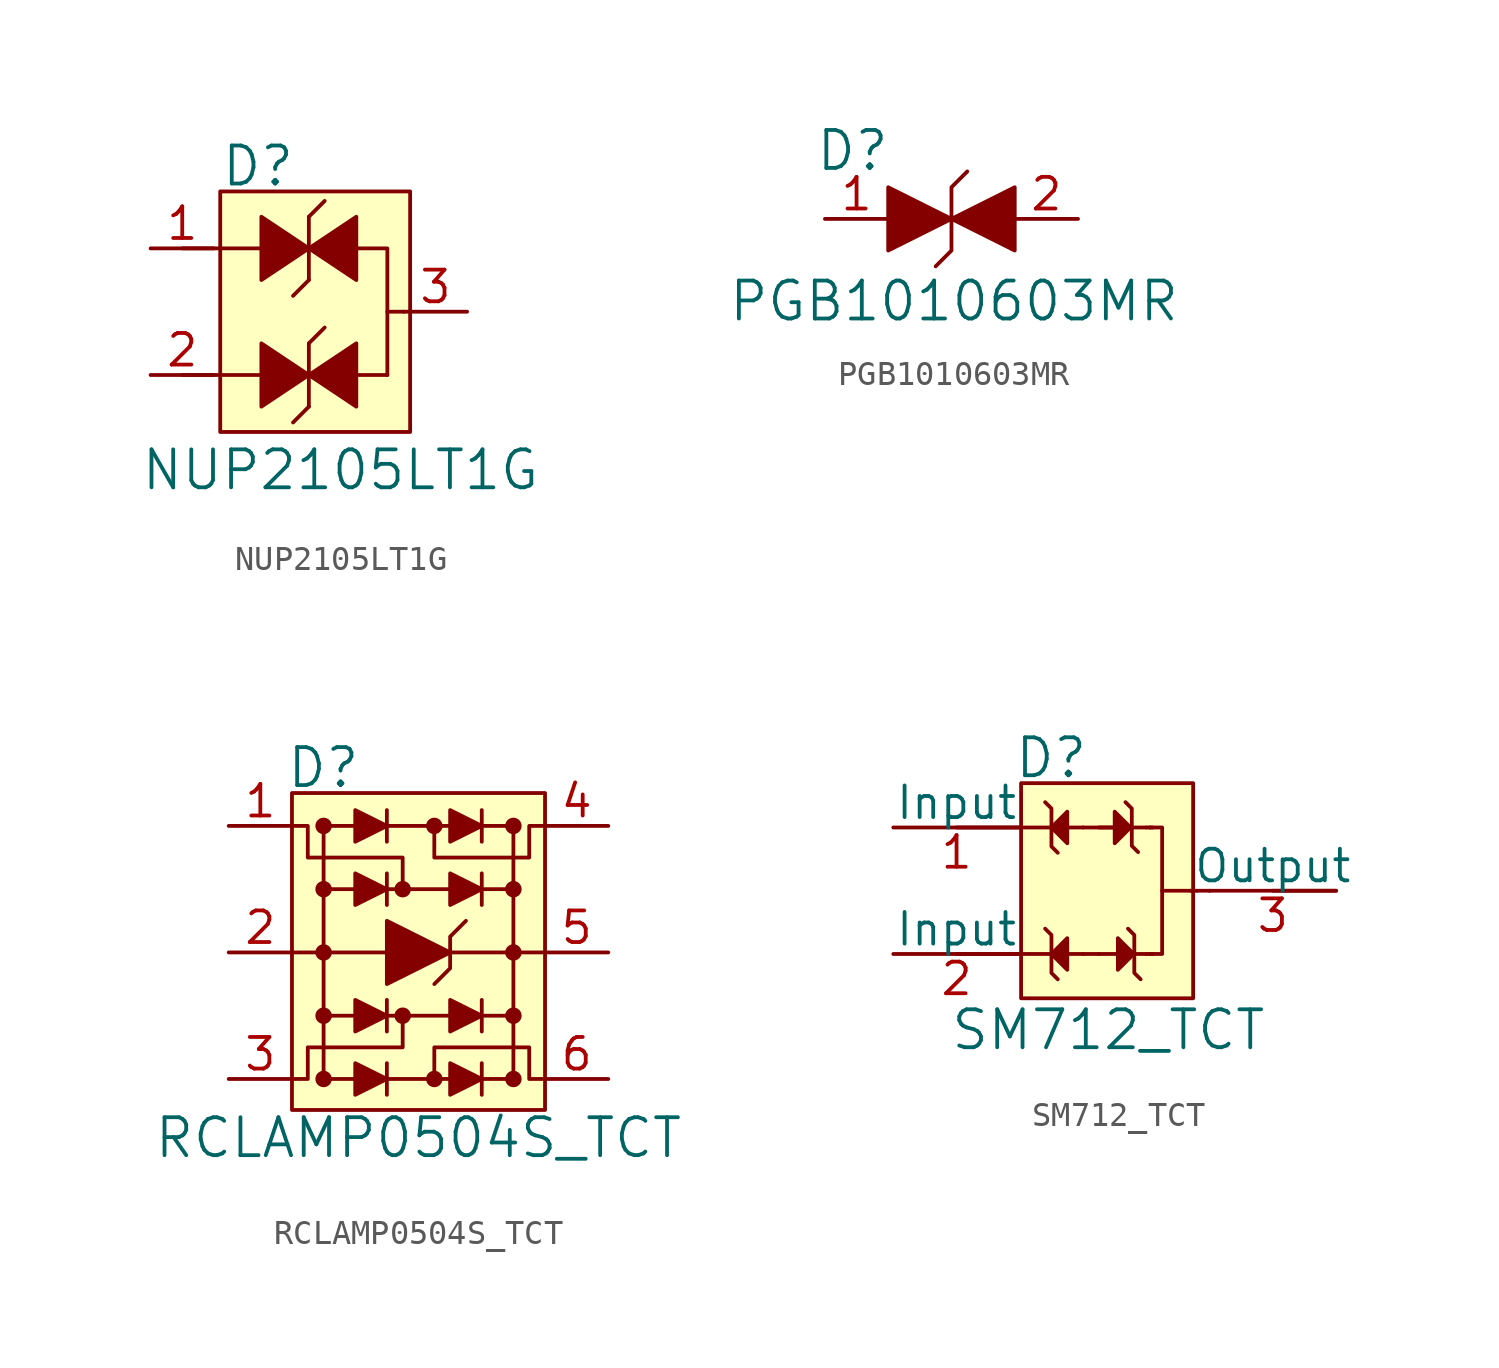
<source format=kicad_sym>
(kicad_symbol_lib
  (version 20201005)
  (generator kicad_symbol_editor)
  (symbol "NUP2105LT1G"
    (pin_names
      (offset 1.016))
    (property "Reference" "D"
      (at -4.826 5.842 0)
      (effects (font (size 1.524 1.524)) (justify left)))
    (property "Value" "NUP2105LT1G"
      (at 0 -6.35 0)
      (effects (font (size 1.524 1.524))))
    (symbol "NUP2105LT1G_0_1"
      (polyline (pts (xy -6.35 -2.54) (xy -3.175 -2.54)) (stroke (width 0)) (fill (type none)))
      (polyline (pts (xy -3.175 2.54) (xy -6.35 2.54)) (stroke (width 0)) (fill (type none)))
      (polyline (pts (xy -1.27 -3.81) (xy -1.905 -4.445)) (stroke (width 0)) (fill (type none)))
      (polyline (pts (xy -1.27 -1.27) (xy -1.27 -3.81)) (stroke (width 0)) (fill (type none)))
      (polyline (pts (xy -1.27 -1.27) (xy -0.635 -0.635)) (stroke (width 0)) (fill (type none)))
      (polyline (pts (xy -1.27 1.27) (xy -1.905 0.635)) (stroke (width 0)) (fill (type none)))
      (polyline (pts (xy -1.27 3.81) (xy -1.27 1.27)) (stroke (width 0)) (fill (type none)))
      (polyline (pts (xy -1.27 3.81) (xy -0.635 4.445)) (stroke (width 0)) (fill (type none)))
      (polyline (pts (xy -3.175 -1.27) (xy -3.175 -3.81) (xy -1.27 -2.54) (xy -3.175 -1.27)) (stroke (width 0)) (fill (type outline)))
      (polyline (pts (xy -3.175 3.81) (xy -3.175 1.27) (xy -1.27 2.54) (xy -3.175 3.81)) (stroke (width 0)) (fill (type outline)))
      (polyline (pts (xy 0.635 -1.27) (xy 0.635 -3.81) (xy -1.27 -2.54) (xy 0.635 -1.27)) (stroke (width 0)) (fill (type outline)))
      (polyline (pts (xy 0.635 3.81) (xy 0.635 1.27) (xy -1.27 2.54) (xy 0.635 3.81)) (stroke (width 0)) (fill (type outline))))
    (symbol "NUP2105LT1G_1_1"
      (rectangle (start -4.826 4.826) (end 2.794 -4.826) (stroke (width 0)) (fill (type background)))
      (polyline (pts (xy 1.88 -2.54) (xy 0.406 -2.54)) (stroke (width 0)) (fill (type none)))
      (polyline (pts (xy 2.54 0) (xy 1.88 0)) (stroke (width 0)) (fill (type none)))
      (polyline (pts (xy -1.27 2.54) (xy 1.88 2.54) (xy 1.88 -2.54)) (stroke (width 0)) (fill (type none)))
      (pin passive line (at -7.62 2.54 0) (length 2.54) (name "~" (effects (font (size 1.27 1.27)))) (number "1" (effects (font (size 1.27 1.27)))))
      (pin passive line (at -7.62 -2.54 0) (length 2.54) (name "~" (effects (font (size 1.27 1.27)))) (number "2" (effects (font (size 1.27 1.27)))))
      (pin passive line (at 5.08 0 180) (length 2.54) (name "~" (effects (font (size 1.27 1.27)))) (number "3" (effects (font (size 1.27 1.27)))))))
  (symbol "PGB1010603MR"
    (pin_names
      (offset 1.016))
    (property "Reference" "D"
      (at -5.486 2.743 0)
      (effects (font (size 1.524 1.524)) (justify left)))
    (property "Value" "PGB1010603MR"
      (at 0.102 -3.302 0)
      (effects (font (size 1.524 1.524))))
    (symbol "PGB1010603MR_0_1"
      (polyline (pts (xy 0 0) (xy 0 -1.27) (xy -0.635 -1.905)) (stroke (width 0)) (fill (type none)))
      (polyline (pts (xy 0 0) (xy 0 1.27) (xy 0.635 1.905)) (stroke (width 0)) (fill (type none)))
      (polyline (pts (xy -2.54 1.27) (xy -2.54 -1.27) (xy 0 0) (xy -2.54 1.27)) (stroke (width 0)) (fill (type outline)))
      (polyline (pts (xy 2.54 1.27) (xy 2.54 -1.27) (xy 0 0) (xy 2.54 1.27)) (stroke (width 0)) (fill (type outline))))
    (symbol "PGB1010603MR_1_1"
      (pin passive line (at -5.08 0 0) (length 2.54) (name "~" (effects (font (size 1.27 1.27)))) (number "1" (effects (font (size 1.27 1.27)))))
      (pin passive line (at 5.08 0 180) (length 2.54) (name "~" (effects (font (size 1.27 1.27)))) (number "2" (effects (font (size 1.27 1.27)))))))
  (symbol "RCLAMP0504S_TCT"
    (pin_names
      (offset 1.016))
    (property "Reference" "D"
      (at -5.334 7.417 0)
      (effects (font (size 1.524 1.524)) (justify left)))
    (property "Value" "RCLAMP0504S_TCT"
      (at 0 -7.442 0)
      (effects (font (size 1.524 1.524))))
    (symbol "RCLAMP0504S_TCT_0_1"
      (circle (center -3.81 -5.08) (radius 0.254) (stroke (width 0)) (fill (type outline)))
      (circle (center -3.81 -2.54) (radius 0.254) (stroke (width 0)) (fill (type outline)))
      (circle (center -3.81 0) (radius 0.254) (stroke (width 0)) (fill (type outline)))
      (circle (center -3.81 2.54) (radius 0.254) (stroke (width 0)) (fill (type outline)))
      (circle (center -3.81 5.08) (radius 0.254) (stroke (width 0)) (fill (type outline)))
      (circle (center -0.635 -2.54) (radius 0.254) (stroke (width 0)) (fill (type outline)))
      (circle (center -0.635 2.54) (radius 0.254) (stroke (width 0)) (fill (type outline)))
      (circle (center 0.635 -5.08) (radius 0.254) (stroke (width 0)) (fill (type outline)))
      (circle (center 0.635 5.08) (radius 0.254) (stroke (width 0)) (fill (type outline)))
      (circle (center 3.81 -5.08) (radius 0.254) (stroke (width 0)) (fill (type outline)))
      (circle (center 3.81 -2.54) (radius 0.254) (stroke (width 0)) (fill (type outline)))
      (circle (center 3.81 0) (radius 0.254) (stroke (width 0)) (fill (type outline)))
      (circle (center 3.81 2.54) (radius 0.254) (stroke (width 0)) (fill (type outline)))
      (circle (center 3.81 5.08) (radius 0.254) (stroke (width 0)) (fill (type outline)))
      (rectangle (start -5.08 6.401) (end 5.08 -6.325) (stroke (width 0)) (fill (type background)))
      (polyline (pts (xy -1.27 -5.08) (xy 1.27 -5.08)) (stroke (width 0)) (fill (type none)))
      (polyline (pts (xy -1.27 -4.445) (xy -1.27 -5.715)) (stroke (width 0)) (fill (type none)))
      (polyline (pts (xy -1.27 -2.54) (xy 1.27 -2.54)) (stroke (width 0)) (fill (type none)))
      (polyline (pts (xy -1.27 -1.905) (xy -1.27 -3.175)) (stroke (width 0)) (fill (type none)))
      (polyline (pts (xy -1.27 0) (xy -5.08 0)) (stroke (width 0)) (fill (type none)))
      (polyline (pts (xy -1.27 2.54) (xy 1.27 2.54)) (stroke (width 0)) (fill (type none)))
      (polyline (pts (xy -1.27 3.175) (xy -1.27 1.905)) (stroke (width 0)) (fill (type none)))
      (polyline (pts (xy -1.27 5.08) (xy 1.27 5.08)) (stroke (width 0)) (fill (type none)))
      (polyline (pts (xy -1.27 5.715) (xy -1.27 4.445)) (stroke (width 0)) (fill (type none)))
      (polyline (pts (xy 1.27 0) (xy 5.08 0)) (stroke (width 0)) (fill (type none)))
      (polyline (pts (xy 2.54 -4.445) (xy 2.54 -5.715)) (stroke (width 0)) (fill (type none)))
      (polyline (pts (xy 2.54 -1.905) (xy 2.54 -3.175)) (stroke (width 0)) (fill (type none)))
      (polyline (pts (xy 2.54 3.175) (xy 2.54 1.905)) (stroke (width 0)) (fill (type none)))
      (polyline (pts (xy 2.54 5.715) (xy 2.54 4.445)) (stroke (width 0)) (fill (type none)))
      (polyline (pts (xy -3.81 -2.54) (xy -3.81 -5.08) (xy -2.54 -5.08)) (stroke (width 0)) (fill (type none)))
      (polyline (pts (xy -3.81 2.54) (xy -3.81 -2.54) (xy -2.54 -2.54)) (stroke (width 0)) (fill (type none)))
      (polyline (pts (xy 3.81 -2.54) (xy 3.81 -5.08) (xy 2.54 -5.08)) (stroke (width 0)) (fill (type none)))
      (polyline (pts (xy 3.81 2.54) (xy 3.81 -2.54) (xy 2.54 -2.54)) (stroke (width 0)) (fill (type none)))
      (polyline (pts (xy -2.54 -4.445) (xy -2.54 -5.715) (xy -1.27 -5.08) (xy -2.54 -4.445)) (stroke (width 0)) (fill (type outline)))
      (polyline (pts (xy -2.54 -1.905) (xy -2.54 -3.175) (xy -1.27 -2.54) (xy -2.54 -1.905)) (stroke (width 0)) (fill (type outline)))
      (polyline (pts (xy -2.54 3.175) (xy -2.54 1.905) (xy -1.27 2.54) (xy -2.54 3.175)) (stroke (width 0)) (fill (type outline)))
      (polyline (pts (xy -2.54 5.08) (xy -3.81 5.08) (xy -3.81 2.54) (xy -2.54 2.54)) (stroke (width 0)) (fill (type none)))
      (polyline (pts (xy -2.54 5.715) (xy -2.54 4.445) (xy -1.27 5.08) (xy -2.54 5.715)) (stroke (width 0)) (fill (type outline)))
      (polyline (pts (xy -1.27 1.27) (xy -1.27 -1.27) (xy 1.27 0) (xy -1.27 1.27)) (stroke (width 0)) (fill (type outline)))
      (polyline (pts (xy 1.27 -4.445) (xy 1.27 -5.715) (xy 2.54 -5.08) (xy 1.27 -4.445)) (stroke (width 0)) (fill (type outline)))
      (polyline (pts (xy 1.27 -1.905) (xy 1.27 -3.175) (xy 2.54 -2.54) (xy 1.27 -1.905)) (stroke (width 0)) (fill (type outline)))
      (polyline (pts (xy 1.27 3.175) (xy 1.27 1.905) (xy 2.54 2.54) (xy 1.27 3.175)) (stroke (width 0)) (fill (type outline)))
      (polyline (pts (xy 1.27 5.715) (xy 1.27 4.445) (xy 2.54 5.08) (xy 1.27 5.715)) (stroke (width 0)) (fill (type outline)))
      (polyline (pts (xy 1.905 1.27) (xy 1.27 0.635) (xy 1.27 -0.635) (xy 0.635 -1.27)) (stroke (width 0)) (fill (type none)))
      (polyline (pts (xy 2.54 5.08) (xy 3.81 5.08) (xy 3.81 2.54) (xy 2.54 2.54)) (stroke (width 0)) (fill (type none)))
      (polyline (pts (xy -5.08 5.08) (xy -4.445 5.08) (xy -4.445 3.81) (xy -0.635 3.81) (xy -0.635 2.54)) (stroke (width 0)) (fill (type none)))
      (polyline (pts (xy -0.635 -2.54) (xy -0.635 -3.81) (xy -4.445 -3.81) (xy -4.445 -5.08) (xy -5.08 -5.08)) (stroke (width 0)) (fill (type none)))
      (polyline (pts (xy 0.635 -5.08) (xy 0.635 -3.81) (xy 4.445 -3.81) (xy 4.445 -5.08) (xy 5.08 -5.08)) (stroke (width 0)) (fill (type none)))
      (polyline (pts (xy 0.635 5.08) (xy 0.635 3.81) (xy 4.445 3.81) (xy 4.445 5.08) (xy 5.08 5.08)) (stroke (width 0)) (fill (type none))))
    (symbol "RCLAMP0504S_TCT_1_1"
      (pin input line (at -7.62 5.08 0) (length 2.54) (name "~" (effects (font (size 1.27 1.27)))) (number "1" (effects (font (size 1.27 1.27)))))
      (pin input line (at -7.62 0 0) (length 2.54) (name "~" (effects (font (size 1.27 1.27)))) (number "2" (effects (font (size 1.27 1.27)))))
      (pin input line (at -7.62 -5.08 0) (length 2.54) (name "~" (effects (font (size 1.27 1.27)))) (number "3" (effects (font (size 1.27 1.27)))))
      (pin output line (at 7.62 5.08 180) (length 2.54) (name "~" (effects (font (size 1.27 1.27)))) (number "4" (effects (font (size 1.27 1.27)))))
      (pin output line (at 7.62 0 180) (length 2.54) (name "~" (effects (font (size 1.27 1.27)))) (number "5" (effects (font (size 1.27 1.27)))))
      (pin output line (at 7.62 -5.08 180) (length 2.54) (name "~" (effects (font (size 1.27 1.27)))) (number "6" (effects (font (size 1.27 1.27)))))))
  (symbol "SM712_TCT"
    (pin_names
      (offset 0))
    (property "Reference" "D"
      (at -4.318 5.334 0)
      (effects (font (size 1.524 1.524)) (justify left)))
    (property "Value" "SM712_TCT"
      (at -0.508 -5.588 0)
      (effects (font (size 1.524 1.524))))
    (symbol "SM712_TCT_0_1"
      (rectangle (start -4.013 4.318) (end 2.896 -4.318) (stroke (width 0)) (fill (type background)))
      (polyline (pts (xy -1.524 -2.54) (xy -6.604 -2.54)) (stroke (width 0)) (fill (type none)))
      (polyline (pts (xy -1.524 2.54) (xy -6.604 2.54)) (stroke (width 0)) (fill (type none)))
      (polyline (pts (xy -0.889 -2.54) (xy -1.524 -2.54)) (stroke (width 0)) (fill (type none)))
      (polyline (pts (xy -0.889 -2.54) (xy 1.016 -2.54)) (stroke (width 0)) (fill (type none)))
      (polyline (pts (xy -0.889 2.54) (xy 1.016 2.54)) (stroke (width 0)) (fill (type none)))
      (polyline (pts (xy -0.254 2.54) (xy -1.524 2.54)) (stroke (width 0)) (fill (type none)))
      (polyline (pts (xy 1.27 -2.54) (xy 1.016 -2.54)) (stroke (width 0)) (fill (type none)))
      (polyline (pts (xy 1.27 2.54) (xy 1.016 2.54)) (stroke (width 0)) (fill (type none)))
      (polyline (pts (xy 3.048 0) (xy 2.794 0)) (stroke (width 0)) (fill (type none)))
      (polyline (pts (xy 3.556 0) (xy 3.048 0)) (stroke (width 0)) (fill (type none)))
      (polyline (pts (xy 8.636 0) (xy 6.096 0)) (stroke (width 0)) (fill (type none)))
      (polyline (pts (xy -2.794 -2.54) (xy -2.794 -3.302) (xy -2.54 -3.556)) (stroke (width 0)) (fill (type none)))
      (polyline (pts (xy -2.794 -2.54) (xy -2.794 -1.778) (xy -3.048 -1.524)) (stroke (width 0)) (fill (type none)))
      (polyline (pts (xy -2.794 2.54) (xy -2.794 1.778) (xy -2.54 1.524)) (stroke (width 0)) (fill (type none)))
      (polyline (pts (xy -2.794 2.54) (xy -2.794 3.302) (xy -3.048 3.556)) (stroke (width 0)) (fill (type none)))
      (polyline (pts (xy 0.432 2.54) (xy 0.432 3.302) (xy 0.178 3.556)) (stroke (width 0)) (fill (type none)))
      (polyline (pts (xy 0.432 2.565) (xy 0.432 1.803) (xy 0.686 1.549)) (stroke (width 0)) (fill (type none)))
      (polyline (pts (xy 0.533 -2.54) (xy 0.533 -3.302) (xy 0.787 -3.556)) (stroke (width 0)) (fill (type none)))
      (polyline (pts (xy 0.533 -2.54) (xy 0.533 -1.778) (xy 0.279 -1.524)) (stroke (width 0)) (fill (type none)))
      (polyline (pts (xy 1.143 2.54) (xy 1.651 2.54) (xy 1.651 0)) (stroke (width 0)) (fill (type none)))
      (polyline (pts (xy -2.794 -2.54) (xy -2.159 -1.905) (xy -2.159 -3.175) (xy -2.794 -2.54)) (stroke (width 0)) (fill (type outline)))
      (polyline (pts (xy -2.794 2.54) (xy -2.159 3.175) (xy -2.159 1.905) (xy -2.794 2.54)) (stroke (width 0)) (fill (type outline)))
      (polyline (pts (xy -0.254 3.175) (xy -0.254 1.905) (xy 0.381 2.54) (xy -0.254 3.175)) (stroke (width 0)) (fill (type outline)))
      (polyline (pts (xy 1.143 -2.54) (xy 1.651 -2.54) (xy 1.651 0) (xy 2.921 0)) (stroke (width 0)) (fill (type none)))
      (polyline (pts (xy -0.127 -2.54) (xy -0.127 -1.905) (xy 0.508 -2.54) (xy -0.127 -3.175) (xy -0.127 -2.54)) (stroke (width 0)) (fill (type outline))))
    (symbol "SM712_TCT_1_1"
      (pin input line (at -9.144 2.54 0) (length 5.08) (name "Input" (effects (font (size 1.27 1.27)))) (number "1" (effects (font (size 1.27 1.27)))))
      (pin input line (at -9.144 -2.54 0) (length 5.08) (name "Input" (effects (font (size 1.27 1.27)))) (number "2" (effects (font (size 1.27 1.27)))))
      (pin output line (at 8.636 0 180) (length 5.08) (name "Output" (effects (font (size 1.27 1.27)))) (number "3" (effects (font (size 1.27 1.27))))))))
</source>
